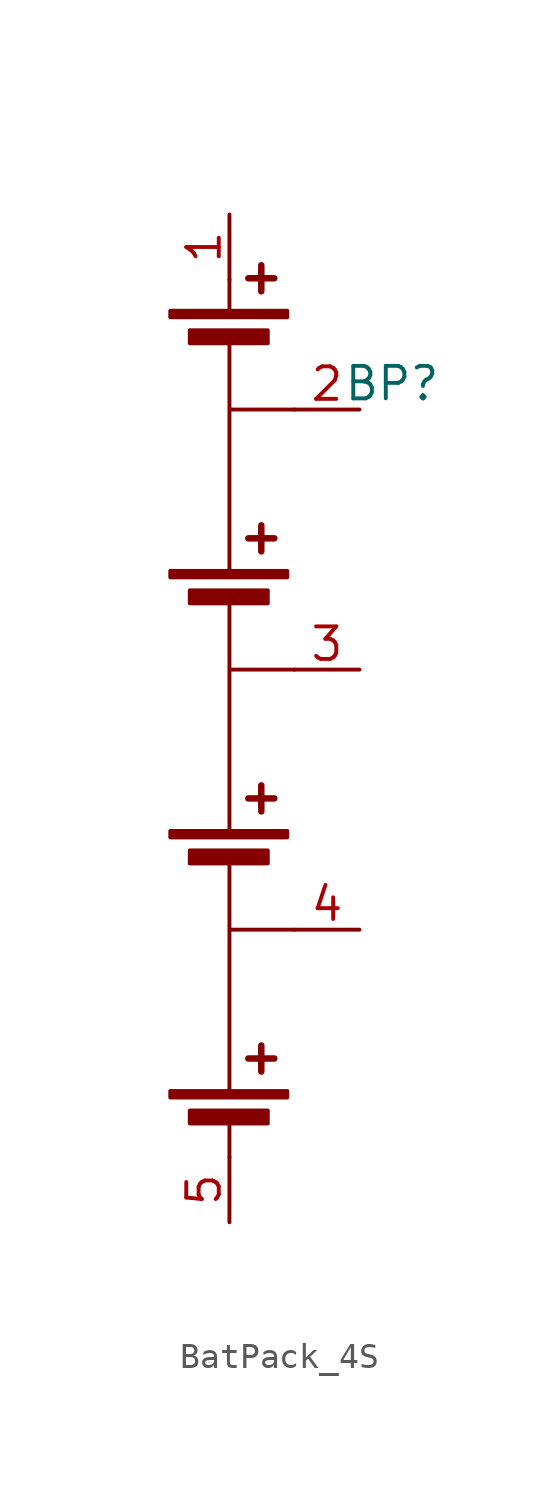
<source format=kicad_sym>
(kicad_symbol_lib
  (version 20231120)
  (generator "kicad_symbol_editor")
  (generator_version "8.0")
  (symbol "BatPack_4S"
    (property "Reference" "BP"
      (at 6.35 3.556 0)
      (effects (font (size 1.27 1.27))))
    (property "Value" ""
      (at -3.582 5.128 0)
      (effects (font (size 1.27 1.27))))
    (symbol "BatPack_4S_0_1"
      (rectangle (start -2.312 -24.082) (end 2.26 -24.336) (stroke (width 0) (type default)) (fill (type outline)))
      (rectangle (start -2.312 -13.922) (end 2.26 -14.176) (stroke (width 0) (type default)) (fill (type outline)))
      (rectangle (start -2.312 -3.762) (end 2.26 -4.016) (stroke (width 0) (type default)) (fill (type outline)))
      (rectangle (start -2.312 6.398) (end 2.26 6.144) (stroke (width 0) (type default)) (fill (type outline)))
      (rectangle (start -1.55 -24.844) (end 1.498 -25.352) (stroke (width 0) (type default)) (fill (type outline)))
      (rectangle (start -1.55 -14.684) (end 1.498 -15.192) (stroke (width 0) (type default)) (fill (type outline)))
      (rectangle (start -1.55 -4.524) (end 1.498 -5.032) (stroke (width 0) (type default)) (fill (type outline)))
      (rectangle (start -1.55 5.636) (end 1.498 5.128) (stroke (width 0) (type default)) (fill (type outline)))
      (polyline (pts (xy 0 -25.4) (xy 0 -26.67)) (stroke (width 0) (type default)) (fill (type none)))
      (polyline (pts (xy 0 5.08) (xy 0 5.08)) (stroke (width 0) (type default)) (fill (type none)))
      (polyline (pts (xy 0 7.62) (xy 0 6.35)) (stroke (width 0) (type default)) (fill (type none)))
      (polyline (pts (xy 0.736 -22.812) (xy 1.752 -22.812)) (stroke (width 0.254) (type default)) (fill (type none)))
      (polyline (pts (xy 0.736 -12.652) (xy 1.752 -12.652)) (stroke (width 0.254) (type default)) (fill (type none)))
      (polyline (pts (xy 0.736 -2.492) (xy 1.752 -2.492)) (stroke (width 0.254) (type default)) (fill (type none)))
      (polyline (pts (xy 0.736 7.668) (xy 1.752 7.668)) (stroke (width 0.254) (type default)) (fill (type none)))
      (polyline (pts (xy 1.244 -22.304) (xy 1.244 -23.32)) (stroke (width 0.254) (type default)) (fill (type none)))
      (polyline (pts (xy 1.244 -12.144) (xy 1.244 -13.16)) (stroke (width 0.254) (type default)) (fill (type none)))
      (polyline (pts (xy 1.244 -1.984) (xy 1.244 -3)) (stroke (width 0.254) (type default)) (fill (type none)))
      (polyline (pts (xy 1.244 8.176) (xy 1.244 7.16)) (stroke (width 0.254) (type default)) (fill (type none)))
      (polyline (pts (xy 0 -15.24) (xy 0 -24.13) (xy 0 -17.78) (xy 2.54 -17.78)) (stroke (width 0) (type default)) (fill (type none)))
      (polyline (pts (xy 0 -5.08) (xy 0 -13.97) (xy 0 -7.62) (xy 2.54 -7.62)) (stroke (width 0) (type default)) (fill (type none)))
      (polyline (pts (xy 0 5.08) (xy 0 -3.81) (xy 0 2.54) (xy 2.54 2.54)) (stroke (width 0) (type default)) (fill (type none))))
    (symbol "BatPack_4S_1_1"
      (pin input line (at 0 10.16 270) (length 2.54) (name "" (effects (font (size 1.27 1.27)))) (number "1" (effects (font (size 1.27 1.27)))))
      (pin input line (at 5.08 2.54 180) (length 2.54) (name "" (effects (font (size 1.27 1.27)))) (number "2" (effects (font (size 1.27 1.27)))))
      (pin input line (at 5.08 -7.62 180) (length 2.54) (name "" (effects (font (size 1.27 1.27)))) (number "3" (effects (font (size 1.27 1.27)))))
      (pin input line (at 5.08 -17.78 180) (length 2.54) (name "" (effects (font (size 1.27 1.27)))) (number "4" (effects (font (size 1.27 1.27)))))
      (pin input line (at 0 -29.21 90) (length 2.54) (name "" (effects (font (size 1.27 1.27)))) (number "5" (effects (font (size 1.27 1.27))))))))
</source>
